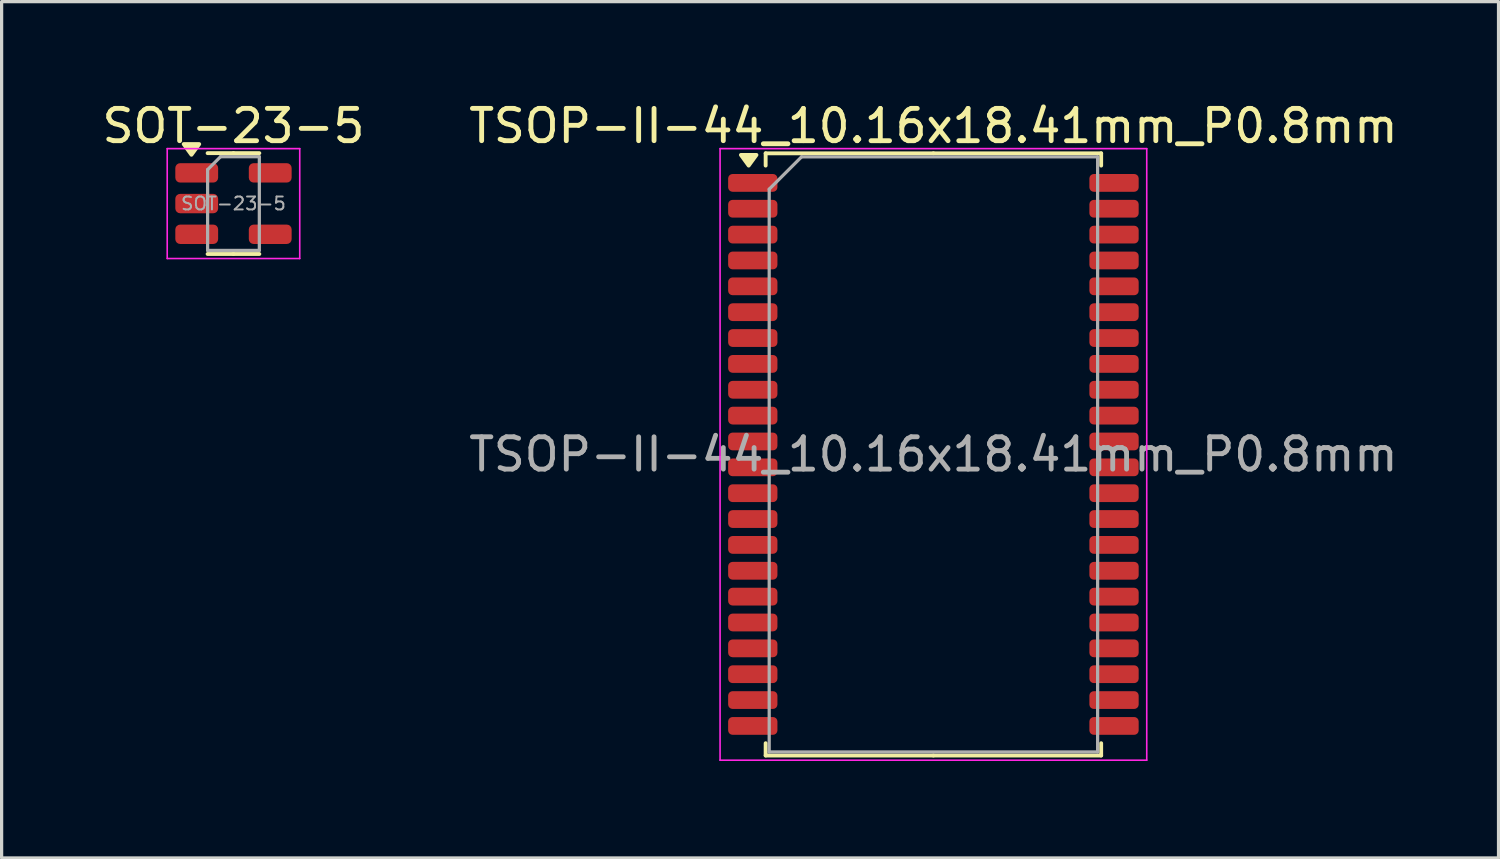
<source format=kicad_pcb>
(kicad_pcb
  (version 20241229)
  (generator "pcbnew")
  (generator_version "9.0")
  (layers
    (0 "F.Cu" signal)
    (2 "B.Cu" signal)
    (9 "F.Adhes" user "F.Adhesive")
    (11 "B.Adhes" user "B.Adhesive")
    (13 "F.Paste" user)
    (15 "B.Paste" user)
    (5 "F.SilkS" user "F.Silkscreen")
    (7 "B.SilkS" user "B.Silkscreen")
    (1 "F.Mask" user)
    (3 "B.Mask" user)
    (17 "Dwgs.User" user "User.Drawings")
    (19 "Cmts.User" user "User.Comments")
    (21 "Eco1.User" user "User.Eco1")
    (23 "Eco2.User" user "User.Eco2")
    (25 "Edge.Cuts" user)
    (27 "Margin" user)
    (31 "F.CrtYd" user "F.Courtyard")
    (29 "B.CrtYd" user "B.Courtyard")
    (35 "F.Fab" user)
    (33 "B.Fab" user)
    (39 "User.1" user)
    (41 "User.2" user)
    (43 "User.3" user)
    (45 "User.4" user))
  (footprint "TSOP-II-44_10.16x18.41mm_P0.8mm"
    (layer "F.Cu")
    (at 25.827 11.008)
    (property "Reference" "TSOP-II-44_10.16x18.41mm_P0.8mm" (at 0 -10.16 0) (layer "F.SilkS") (effects (font (size 1 1) (thickness 0.15))))
    (attr smd)
    (fp_line (start -5.19 -9.315) (end -5.19 -8.935) (stroke (width 0.12) (type solid)) (layer "F.SilkS"))
    (fp_line (start -5.19 9.315) (end -5.19 8.935) (stroke (width 0.12) (type solid)) (layer "F.SilkS"))
    (fp_line (start 0 -9.315) (end -5.19 -9.315) (stroke (width 0.12) (type solid)) (layer "F.SilkS"))
    (fp_line (start 0 -9.315) (end 5.19 -9.315) (stroke (width 0.12) (type solid)) (layer "F.SilkS"))
    (fp_line (start 0 9.315) (end -5.19 9.315) (stroke (width 0.12) (type solid)) (layer "F.SilkS"))
    (fp_line (start 0 9.315) (end 5.19 9.315) (stroke (width 0.12) (type solid)) (layer "F.SilkS"))
    (fp_line (start 5.19 -9.315) (end 5.19 -8.935) (stroke (width 0.12) (type solid)) (layer "F.SilkS"))
    (fp_line (start 5.19 9.315) (end 5.19 8.935) (stroke (width 0.12) (type solid)) (layer "F.SilkS"))
    (fp_poly (pts (xy -5.715 -8.935) (xy -5.955 -9.265) (xy -5.475 -9.265) (xy -5.715 -8.935)) (stroke (width 0.12) (type solid)) (fill yes) (layer "F.SilkS"))
    (fp_line (start -6.6 -9.46) (end -6.6 9.46) (stroke (width 0.05) (type solid)) (layer "F.CrtYd"))
    (fp_line (start -6.6 9.46) (end 6.6 9.46) (stroke (width 0.05) (type solid)) (layer "F.CrtYd"))
    (fp_line (start 6.6 -9.46) (end -6.6 -9.46) (stroke (width 0.05) (type solid)) (layer "F.CrtYd"))
    (fp_line (start 6.6 9.46) (end 6.6 -9.46) (stroke (width 0.05) (type solid)) (layer "F.CrtYd"))
    (fp_line (start -5.08 -8.205) (end -4.08 -9.205) (stroke (width 0.1) (type solid)) (layer "F.Fab"))
    (fp_line (start -5.08 9.205) (end -5.08 -8.205) (stroke (width 0.1) (type solid)) (layer "F.Fab"))
    (fp_line (start -4.08 -9.205) (end 5.08 -9.205) (stroke (width 0.1) (type solid)) (layer "F.Fab"))
    (fp_line (start 5.08 -9.205) (end 5.08 9.205) (stroke (width 0.1) (type solid)) (layer "F.Fab"))
    (fp_line (start 5.08 9.205) (end -5.08 9.205) (stroke (width 0.1) (type solid)) (layer "F.Fab"))
    (fp_text user "${REFERENCE}" (at 0 0 0) (layer "F.Fab") (effects (font (size 1 1) (thickness 0.15))))
    (pad "1" smd roundrect (at -5.588 -8.4) (size 1.525 0.55) (layers "F.Cu" "F.Mask" "F.Paste") (roundrect_rratio 0.25))
    (pad "2" smd roundrect (at -5.588 -7.6) (size 1.525 0.55) (layers "F.Cu" "F.Mask" "F.Paste") (roundrect_rratio 0.25))
    (pad "3" smd roundrect (at -5.588 -6.8) (size 1.525 0.55) (layers "F.Cu" "F.Mask" "F.Paste") (roundrect_rratio 0.25))
    (pad "4" smd roundrect (at -5.588 -6) (size 1.525 0.55) (layers "F.Cu" "F.Mask" "F.Paste") (roundrect_rratio 0.25))
    (pad "5" smd roundrect (at -5.588 -5.2) (size 1.525 0.55) (layers "F.Cu" "F.Mask" "F.Paste") (roundrect_rratio 0.25))
    (pad "6" smd roundrect (at -5.588 -4.4) (size 1.525 0.55) (layers "F.Cu" "F.Mask" "F.Paste") (roundrect_rratio 0.25))
    (pad "7" smd roundrect (at -5.588 -3.6) (size 1.525 0.55) (layers "F.Cu" "F.Mask" "F.Paste") (roundrect_rratio 0.25))
    (pad "8" smd roundrect (at -5.588 -2.8) (size 1.525 0.55) (layers "F.Cu" "F.Mask" "F.Paste") (roundrect_rratio 0.25))
    (pad "9" smd roundrect (at -5.588 -2) (size 1.525 0.55) (layers "F.Cu" "F.Mask" "F.Paste") (roundrect_rratio 0.25))
    (pad "10" smd roundrect (at -5.588 -1.2) (size 1.525 0.55) (layers "F.Cu" "F.Mask" "F.Paste") (roundrect_rratio 0.25))
    (pad "11" smd roundrect (at -5.588 -0.4) (size 1.525 0.55) (layers "F.Cu" "F.Mask" "F.Paste") (roundrect_rratio 0.25))
    (pad "12" smd roundrect (at -5.588 0.4) (size 1.525 0.55) (layers "F.Cu" "F.Mask" "F.Paste") (roundrect_rratio 0.25))
    (pad "13" smd roundrect (at -5.588 1.2) (size 1.525 0.55) (layers "F.Cu" "F.Mask" "F.Paste") (roundrect_rratio 0.25))
    (pad "14" smd roundrect (at -5.588 2) (size 1.525 0.55) (layers "F.Cu" "F.Mask" "F.Paste") (roundrect_rratio 0.25))
    (pad "15" smd roundrect (at -5.588 2.8) (size 1.525 0.55) (layers "F.Cu" "F.Mask" "F.Paste") (roundrect_rratio 0.25))
    (pad "16" smd roundrect (at -5.588 3.6) (size 1.525 0.55) (layers "F.Cu" "F.Mask" "F.Paste") (roundrect_rratio 0.25))
    (pad "17" smd roundrect (at -5.588 4.4) (size 1.525 0.55) (layers "F.Cu" "F.Mask" "F.Paste") (roundrect_rratio 0.25))
    (pad "18" smd roundrect (at -5.588 5.2) (size 1.525 0.55) (layers "F.Cu" "F.Mask" "F.Paste") (roundrect_rratio 0.25))
    (pad "19" smd roundrect (at -5.588 6) (size 1.525 0.55) (layers "F.Cu" "F.Mask" "F.Paste") (roundrect_rratio 0.25))
    (pad "20" smd roundrect (at -5.588 6.8) (size 1.525 0.55) (layers "F.Cu" "F.Mask" "F.Paste") (roundrect_rratio 0.25))
    (pad "21" smd roundrect (at -5.588 7.6) (size 1.525 0.55) (layers "F.Cu" "F.Mask" "F.Paste") (roundrect_rratio 0.25))
    (pad "22" smd roundrect (at -5.588 8.4) (size 1.525 0.55) (layers "F.Cu" "F.Mask" "F.Paste") (roundrect_rratio 0.25))
    (pad "23" smd roundrect (at 5.588 8.4) (size 1.525 0.55) (layers "F.Cu" "F.Mask" "F.Paste") (roundrect_rratio 0.25))
    (pad "24" smd roundrect (at 5.588 7.6) (size 1.525 0.55) (layers "F.Cu" "F.Mask" "F.Paste") (roundrect_rratio 0.25))
    (pad "25" smd roundrect (at 5.588 6.8) (size 1.525 0.55) (layers "F.Cu" "F.Mask" "F.Paste") (roundrect_rratio 0.25))
    (pad "26" smd roundrect (at 5.588 6) (size 1.525 0.55) (layers "F.Cu" "F.Mask" "F.Paste") (roundrect_rratio 0.25))
    (pad "27" smd roundrect (at 5.588 5.2) (size 1.525 0.55) (layers "F.Cu" "F.Mask" "F.Paste") (roundrect_rratio 0.25))
    (pad "28" smd roundrect (at 5.588 4.4) (size 1.525 0.55) (layers "F.Cu" "F.Mask" "F.Paste") (roundrect_rratio 0.25))
    (pad "29" smd roundrect (at 5.588 3.6) (size 1.525 0.55) (layers "F.Cu" "F.Mask" "F.Paste") (roundrect_rratio 0.25))
    (pad "30" smd roundrect (at 5.588 2.8) (size 1.525 0.55) (layers "F.Cu" "F.Mask" "F.Paste") (roundrect_rratio 0.25))
    (pad "31" smd roundrect (at 5.588 2) (size 1.525 0.55) (layers "F.Cu" "F.Mask" "F.Paste") (roundrect_rratio 0.25))
    (pad "32" smd roundrect (at 5.588 1.2) (size 1.525 0.55) (layers "F.Cu" "F.Mask" "F.Paste") (roundrect_rratio 0.25))
    (pad "33" smd roundrect (at 5.588 0.4) (size 1.525 0.55) (layers "F.Cu" "F.Mask" "F.Paste") (roundrect_rratio 0.25))
    (pad "34" smd roundrect (at 5.588 -0.4) (size 1.525 0.55) (layers "F.Cu" "F.Mask" "F.Paste") (roundrect_rratio 0.25))
    (pad "35" smd roundrect (at 5.588 -1.2) (size 1.525 0.55) (layers "F.Cu" "F.Mask" "F.Paste") (roundrect_rratio 0.25))
    (pad "36" smd roundrect (at 5.588 -2) (size 1.525 0.55) (layers "F.Cu" "F.Mask" "F.Paste") (roundrect_rratio 0.25))
    (pad "37" smd roundrect (at 5.588 -2.8) (size 1.525 0.55) (layers "F.Cu" "F.Mask" "F.Paste") (roundrect_rratio 0.25))
    (pad "38" smd roundrect (at 5.588 -3.6) (size 1.525 0.55) (layers "F.Cu" "F.Mask" "F.Paste") (roundrect_rratio 0.25))
    (pad "39" smd roundrect (at 5.588 -4.4) (size 1.525 0.55) (layers "F.Cu" "F.Mask" "F.Paste") (roundrect_rratio 0.25))
    (pad "40" smd roundrect (at 5.588 -5.2) (size 1.525 0.55) (layers "F.Cu" "F.Mask" "F.Paste") (roundrect_rratio 0.25))
    (pad "41" smd roundrect (at 5.588 -6) (size 1.525 0.55) (layers "F.Cu" "F.Mask" "F.Paste") (roundrect_rratio 0.25))
    (pad "42" smd roundrect (at 5.588 -6.8) (size 1.525 0.55) (layers "F.Cu" "F.Mask" "F.Paste") (roundrect_rratio 0.25))
    (pad "43" smd roundrect (at 5.588 -7.6) (size 1.525 0.55) (layers "F.Cu" "F.Mask" "F.Paste") (roundrect_rratio 0.25))
    (pad "44" smd roundrect (at 5.588 -8.4) (size 1.525 0.55) (layers "F.Cu" "F.Mask" "F.Paste") (roundrect_rratio 0.25)))
  (footprint "SOT-23-5"
    (layer "F.Cu")
    (at 4.173 3.248)
    (property "Reference" "SOT-23-5" (at 0 -2.4 0) (layer "F.SilkS") (effects (font (size 1 1) (thickness 0.15))))
    (attr smd)
    (fp_line (start 0 -1.56) (end -0.8 -1.56) (stroke (width 0.12) (type solid)) (layer "F.SilkS"))
    (fp_line (start 0 -1.56) (end 0.8 -1.56) (stroke (width 0.12) (type solid)) (layer "F.SilkS"))
    (fp_line (start 0 1.56) (end -0.8 1.56) (stroke (width 0.12) (type solid)) (layer "F.SilkS"))
    (fp_line (start 0 1.56) (end 0.8 1.56) (stroke (width 0.12) (type solid)) (layer "F.SilkS"))
    (fp_poly (pts (xy -1.3 -1.51) (xy -1.54 -1.84) (xy -1.06 -1.84) (xy -1.3 -1.51)) (stroke (width 0.12) (type solid)) (fill yes) (layer "F.SilkS"))
    (fp_line (start -2.05 -1.7) (end -2.05 1.7) (stroke (width 0.05) (type solid)) (layer "F.CrtYd"))
    (fp_line (start -2.05 1.7) (end 2.05 1.7) (stroke (width 0.05) (type solid)) (layer "F.CrtYd"))
    (fp_line (start 2.05 -1.7) (end -2.05 -1.7) (stroke (width 0.05) (type solid)) (layer "F.CrtYd"))
    (fp_line (start 2.05 1.7) (end 2.05 -1.7) (stroke (width 0.05) (type solid)) (layer "F.CrtYd"))
    (fp_line (start -0.8 -1.05) (end -0.4 -1.45) (stroke (width 0.1) (type solid)) (layer "F.Fab"))
    (fp_line (start -0.8 1.45) (end -0.8 -1.05) (stroke (width 0.1) (type solid)) (layer "F.Fab"))
    (fp_line (start -0.4 -1.45) (end 0.8 -1.45) (stroke (width 0.1) (type solid)) (layer "F.Fab"))
    (fp_line (start 0.8 -1.45) (end 0.8 1.45) (stroke (width 0.1) (type solid)) (layer "F.Fab"))
    (fp_line (start 0.8 1.45) (end -0.8 1.45) (stroke (width 0.1) (type solid)) (layer "F.Fab"))
    (fp_text user "${REFERENCE}" (at 0 0 0) (layer "F.Fab") (effects (font (size 0.4 0.4) (thickness 0.06))))
    (pad "1" smd roundrect (at -1.137 -0.95) (size 1.325 0.6) (layers "F.Cu" "F.Mask" "F.Paste") (roundrect_rratio 0.25))
    (pad "2" smd roundrect (at -1.137 0) (size 1.325 0.6) (layers "F.Cu" "F.Mask" "F.Paste") (roundrect_rratio 0.25))
    (pad "3" smd roundrect (at -1.137 0.95) (size 1.325 0.6) (layers "F.Cu" "F.Mask" "F.Paste") (roundrect_rratio 0.25))
    (pad "4" smd roundrect (at 1.137 0.95) (size 1.325 0.6) (layers "F.Cu" "F.Mask" "F.Paste") (roundrect_rratio 0.25))
    (pad "5" smd roundrect (at 1.137 -0.95) (size 1.325 0.6) (layers "F.Cu" "F.Mask" "F.Paste") (roundrect_rratio 0.25)))
  (gr_rect
    (start -3 -3)
    (end 43.31 23.493)
    (stroke (width 0.1) (type default))
    (fill no)
    (layer "Edge.Cuts")))
</source>
